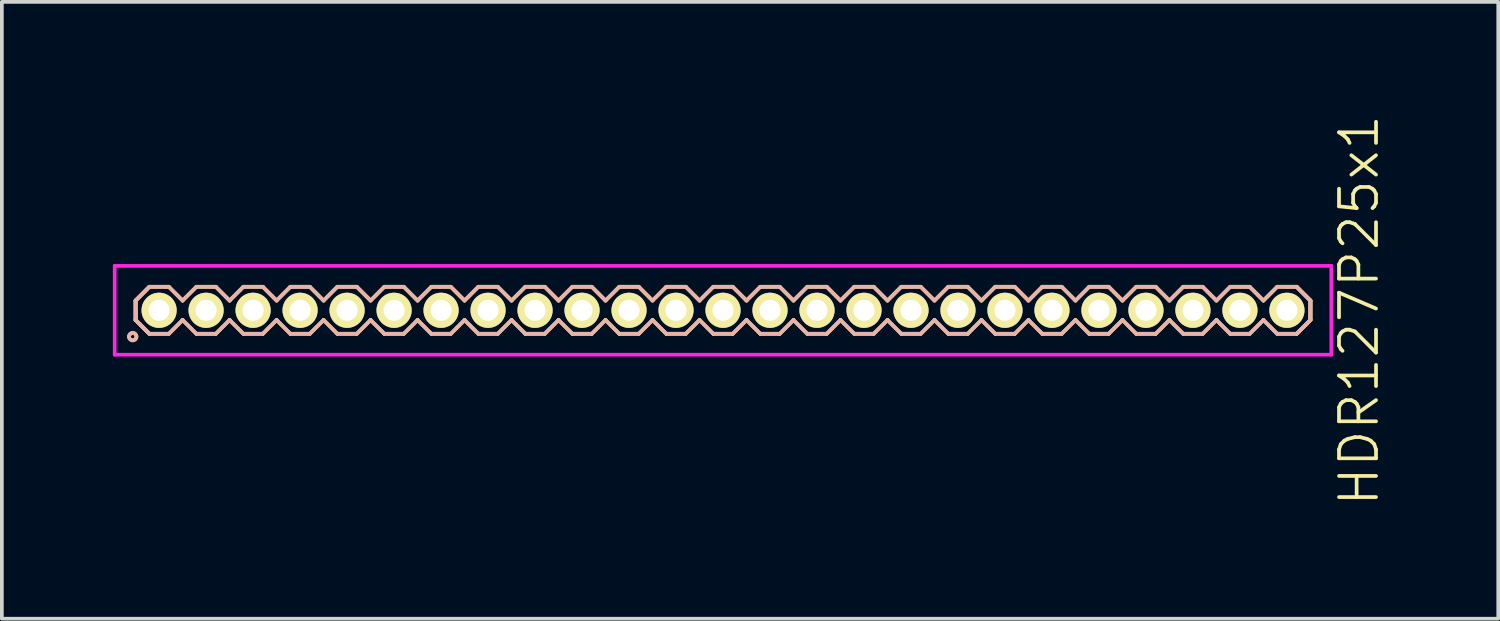
<source format=kicad_pcb>
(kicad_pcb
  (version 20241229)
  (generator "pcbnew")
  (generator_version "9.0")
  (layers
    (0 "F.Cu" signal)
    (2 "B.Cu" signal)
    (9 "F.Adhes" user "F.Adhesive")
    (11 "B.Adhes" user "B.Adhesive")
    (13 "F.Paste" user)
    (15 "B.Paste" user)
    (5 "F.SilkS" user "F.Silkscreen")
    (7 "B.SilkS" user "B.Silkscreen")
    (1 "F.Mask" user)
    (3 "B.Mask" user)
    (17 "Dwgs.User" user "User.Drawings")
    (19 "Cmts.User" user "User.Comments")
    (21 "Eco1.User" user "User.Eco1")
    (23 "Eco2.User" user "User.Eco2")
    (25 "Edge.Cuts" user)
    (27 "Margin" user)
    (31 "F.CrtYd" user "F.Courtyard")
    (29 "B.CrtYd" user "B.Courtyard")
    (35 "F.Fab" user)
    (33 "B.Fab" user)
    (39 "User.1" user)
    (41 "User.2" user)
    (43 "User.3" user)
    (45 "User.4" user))
  (footprint "HDR127P25x1"
    (layer "F.Cu")
    (at 16.49 5.336)
    (property "Reference" "HDR127P25x1" (at 17.19 0 90) (layer "F.SilkS") (effects (font (size 1 1) (thickness 0.1))))
    (attr through_hole)
    (fp_line (start -15.875 -0.263) (end -15.503 -0.635) (stroke (width 0.1) (type solid)) (layer "F.SilkS"))
    (fp_line (start -15.875 -0.263) (end -15.503 -0.635) (stroke (width 0.1) (type solid)) (layer "F.SilkS"))
    (fp_line (start -15.875 0.263) (end -15.875 -0.263) (stroke (width 0.1) (type solid)) (layer "F.SilkS"))
    (fp_line (start -15.875 0.263) (end -15.875 -0.263) (stroke (width 0.1) (type solid)) (layer "F.SilkS"))
    (fp_line (start -15.503 -0.635) (end -14.977 -0.635) (stroke (width 0.1) (type solid)) (layer "F.SilkS"))
    (fp_line (start -15.503 0.635) (end -15.875 0.263) (stroke (width 0.1) (type solid)) (layer "F.SilkS"))
    (fp_line (start -15.503 0.635) (end -15.875 0.263) (stroke (width 0.1) (type solid)) (layer "F.SilkS"))
    (fp_line (start -14.977 -0.635) (end -14.605 -0.263) (stroke (width 0.1) (type solid)) (layer "F.SilkS"))
    (fp_line (start -14.977 0.635) (end -15.503 0.635) (stroke (width 0.1) (type solid)) (layer "F.SilkS"))
    (fp_line (start -14.605 -0.263) (end -14.233 -0.635) (stroke (width 0.1) (type solid)) (layer "F.SilkS"))
    (fp_line (start -14.605 0.263) (end -14.977 0.635) (stroke (width 0.1) (type solid)) (layer "F.SilkS"))
    (fp_line (start -14.233 -0.635) (end -13.707 -0.635) (stroke (width 0.1) (type solid)) (layer "F.SilkS"))
    (fp_line (start -14.233 0.635) (end -14.605 0.263) (stroke (width 0.1) (type solid)) (layer "F.SilkS"))
    (fp_line (start -13.707 -0.635) (end -13.335 -0.263) (stroke (width 0.1) (type solid)) (layer "F.SilkS"))
    (fp_line (start -13.707 0.635) (end -14.233 0.635) (stroke (width 0.1) (type solid)) (layer "F.SilkS"))
    (fp_line (start -13.335 -0.263) (end -12.963 -0.635) (stroke (width 0.1) (type solid)) (layer "F.SilkS"))
    (fp_line (start -13.335 0.263) (end -13.707 0.635) (stroke (width 0.1) (type solid)) (layer "F.SilkS"))
    (fp_line (start -12.963 -0.635) (end -12.437 -0.635) (stroke (width 0.1) (type solid)) (layer "F.SilkS"))
    (fp_line (start -12.963 0.635) (end -13.335 0.263) (stroke (width 0.1) (type solid)) (layer "F.SilkS"))
    (fp_line (start -12.437 -0.635) (end -12.065 -0.263) (stroke (width 0.1) (type solid)) (layer "F.SilkS"))
    (fp_line (start -12.437 0.635) (end -12.963 0.635) (stroke (width 0.1) (type solid)) (layer "F.SilkS"))
    (fp_line (start -12.065 -0.263) (end -11.693 -0.635) (stroke (width 0.1) (type solid)) (layer "F.SilkS"))
    (fp_line (start -12.065 0.263) (end -12.437 0.635) (stroke (width 0.1) (type solid)) (layer "F.SilkS"))
    (fp_line (start -11.693 -0.635) (end -11.167 -0.635) (stroke (width 0.1) (type solid)) (layer "F.SilkS"))
    (fp_line (start -11.693 0.635) (end -12.065 0.263) (stroke (width 0.1) (type solid)) (layer "F.SilkS"))
    (fp_line (start -11.167 -0.635) (end -10.795 -0.263) (stroke (width 0.1) (type solid)) (layer "F.SilkS"))
    (fp_line (start -11.167 0.635) (end -11.693 0.635) (stroke (width 0.1) (type solid)) (layer "F.SilkS"))
    (fp_line (start -10.795 -0.263) (end -10.423 -0.635) (stroke (width 0.1) (type solid)) (layer "F.SilkS"))
    (fp_line (start -10.795 0.263) (end -11.167 0.635) (stroke (width 0.1) (type solid)) (layer "F.SilkS"))
    (fp_line (start -10.423 -0.635) (end -9.897 -0.635) (stroke (width 0.1) (type solid)) (layer "F.SilkS"))
    (fp_line (start -10.423 0.635) (end -10.795 0.263) (stroke (width 0.1) (type solid)) (layer "F.SilkS"))
    (fp_line (start -9.897 -0.635) (end -9.525 -0.263) (stroke (width 0.1) (type solid)) (layer "F.SilkS"))
    (fp_line (start -9.897 0.635) (end -10.423 0.635) (stroke (width 0.1) (type solid)) (layer "F.SilkS"))
    (fp_line (start -9.525 -0.263) (end -9.153 -0.635) (stroke (width 0.1) (type solid)) (layer "F.SilkS"))
    (fp_line (start -9.525 0.263) (end -9.897 0.635) (stroke (width 0.1) (type solid)) (layer "F.SilkS"))
    (fp_line (start -9.153 -0.635) (end -8.627 -0.635) (stroke (width 0.1) (type solid)) (layer "F.SilkS"))
    (fp_line (start -9.153 0.635) (end -9.525 0.263) (stroke (width 0.1) (type solid)) (layer "F.SilkS"))
    (fp_line (start -8.627 -0.635) (end -8.255 -0.263) (stroke (width 0.1) (type solid)) (layer "F.SilkS"))
    (fp_line (start -8.627 0.635) (end -9.153 0.635) (stroke (width 0.1) (type solid)) (layer "F.SilkS"))
    (fp_line (start -8.255 -0.263) (end -7.883 -0.635) (stroke (width 0.1) (type solid)) (layer "F.SilkS"))
    (fp_line (start -8.255 0.263) (end -8.627 0.635) (stroke (width 0.1) (type solid)) (layer "F.SilkS"))
    (fp_line (start -7.883 -0.635) (end -7.357 -0.635) (stroke (width 0.1) (type solid)) (layer "F.SilkS"))
    (fp_line (start -7.883 0.635) (end -8.255 0.263) (stroke (width 0.1) (type solid)) (layer "F.SilkS"))
    (fp_line (start -7.357 -0.635) (end -6.985 -0.263) (stroke (width 0.1) (type solid)) (layer "F.SilkS"))
    (fp_line (start -7.357 0.635) (end -7.883 0.635) (stroke (width 0.1) (type solid)) (layer "F.SilkS"))
    (fp_line (start -6.985 -0.263) (end -6.613 -0.635) (stroke (width 0.1) (type solid)) (layer "F.SilkS"))
    (fp_line (start -6.985 0.263) (end -7.357 0.635) (stroke (width 0.1) (type solid)) (layer "F.SilkS"))
    (fp_line (start -6.613 -0.635) (end -6.087 -0.635) (stroke (width 0.1) (type solid)) (layer "F.SilkS"))
    (fp_line (start -6.613 0.635) (end -6.985 0.263) (stroke (width 0.1) (type solid)) (layer "F.SilkS"))
    (fp_line (start -6.087 -0.635) (end -5.715 -0.263) (stroke (width 0.1) (type solid)) (layer "F.SilkS"))
    (fp_line (start -6.087 0.635) (end -6.613 0.635) (stroke (width 0.1) (type solid)) (layer "F.SilkS"))
    (fp_line (start -5.715 -0.263) (end -5.343 -0.635) (stroke (width 0.1) (type solid)) (layer "F.SilkS"))
    (fp_line (start -5.715 0.263) (end -6.087 0.635) (stroke (width 0.1) (type solid)) (layer "F.SilkS"))
    (fp_line (start -5.343 -0.635) (end -4.817 -0.635) (stroke (width 0.1) (type solid)) (layer "F.SilkS"))
    (fp_line (start -5.343 0.635) (end -5.715 0.263) (stroke (width 0.1) (type solid)) (layer "F.SilkS"))
    (fp_line (start -4.817 -0.635) (end -4.445 -0.263) (stroke (width 0.1) (type solid)) (layer "F.SilkS"))
    (fp_line (start -4.817 0.635) (end -5.343 0.635) (stroke (width 0.1) (type solid)) (layer "F.SilkS"))
    (fp_line (start -4.445 -0.263) (end -4.073 -0.635) (stroke (width 0.1) (type solid)) (layer "F.SilkS"))
    (fp_line (start -4.445 0.263) (end -4.817 0.635) (stroke (width 0.1) (type solid)) (layer "F.SilkS"))
    (fp_line (start -4.073 -0.635) (end -3.547 -0.635) (stroke (width 0.1) (type solid)) (layer "F.SilkS"))
    (fp_line (start -4.073 0.635) (end -4.445 0.263) (stroke (width 0.1) (type solid)) (layer "F.SilkS"))
    (fp_line (start -3.547 -0.635) (end -3.175 -0.263) (stroke (width 0.1) (type solid)) (layer "F.SilkS"))
    (fp_line (start -3.547 0.635) (end -4.073 0.635) (stroke (width 0.1) (type solid)) (layer "F.SilkS"))
    (fp_line (start -3.175 -0.263) (end -2.803 -0.635) (stroke (width 0.1) (type solid)) (layer "F.SilkS"))
    (fp_line (start -3.175 0.263) (end -3.547 0.635) (stroke (width 0.1) (type solid)) (layer "F.SilkS"))
    (fp_line (start -2.803 -0.635) (end -2.277 -0.635) (stroke (width 0.1) (type solid)) (layer "F.SilkS"))
    (fp_line (start -2.803 0.635) (end -3.175 0.263) (stroke (width 0.1) (type solid)) (layer "F.SilkS"))
    (fp_line (start -2.277 -0.635) (end -1.905 -0.263) (stroke (width 0.1) (type solid)) (layer "F.SilkS"))
    (fp_line (start -2.277 0.635) (end -2.803 0.635) (stroke (width 0.1) (type solid)) (layer "F.SilkS"))
    (fp_line (start -1.905 -0.263) (end -1.533 -0.635) (stroke (width 0.1) (type solid)) (layer "F.SilkS"))
    (fp_line (start -1.905 0.263) (end -2.277 0.635) (stroke (width 0.1) (type solid)) (layer "F.SilkS"))
    (fp_line (start -1.533 -0.635) (end -1.007 -0.635) (stroke (width 0.1) (type solid)) (layer "F.SilkS"))
    (fp_line (start -1.533 0.635) (end -1.905 0.263) (stroke (width 0.1) (type solid)) (layer "F.SilkS"))
    (fp_line (start -1.007 -0.635) (end -0.635 -0.263) (stroke (width 0.1) (type solid)) (layer "F.SilkS"))
    (fp_line (start -1.007 0.635) (end -1.533 0.635) (stroke (width 0.1) (type solid)) (layer "F.SilkS"))
    (fp_line (start -0.635 -0.263) (end -0.263 -0.635) (stroke (width 0.1) (type solid)) (layer "F.SilkS"))
    (fp_line (start -0.635 0.263) (end -1.007 0.635) (stroke (width 0.1) (type solid)) (layer "F.SilkS"))
    (fp_line (start -0.263 -0.635) (end 0.263 -0.635) (stroke (width 0.1) (type solid)) (layer "F.SilkS"))
    (fp_line (start -0.263 0.635) (end -0.635 0.263) (stroke (width 0.1) (type solid)) (layer "F.SilkS"))
    (fp_line (start 0.263 -0.635) (end 0.635 -0.263) (stroke (width 0.1) (type solid)) (layer "F.SilkS"))
    (fp_line (start 0.263 0.635) (end -0.263 0.635) (stroke (width 0.1) (type solid)) (layer "F.SilkS"))
    (fp_line (start 0.635 -0.263) (end 1.007 -0.635) (stroke (width 0.1) (type solid)) (layer "F.SilkS"))
    (fp_line (start 0.635 0.263) (end 0.263 0.635) (stroke (width 0.1) (type solid)) (layer "F.SilkS"))
    (fp_line (start 1.007 -0.635) (end 1.533 -0.635) (stroke (width 0.1) (type solid)) (layer "F.SilkS"))
    (fp_line (start 1.007 0.635) (end 0.635 0.263) (stroke (width 0.1) (type solid)) (layer "F.SilkS"))
    (fp_line (start 1.533 -0.635) (end 1.905 -0.263) (stroke (width 0.1) (type solid)) (layer "F.SilkS"))
    (fp_line (start 1.533 0.635) (end 1.007 0.635) (stroke (width 0.1) (type solid)) (layer "F.SilkS"))
    (fp_line (start 1.905 -0.263) (end 2.277 -0.635) (stroke (width 0.1) (type solid)) (layer "F.SilkS"))
    (fp_line (start 1.905 0.263) (end 1.533 0.635) (stroke (width 0.1) (type solid)) (layer "F.SilkS"))
    (fp_line (start 2.277 -0.635) (end 2.803 -0.635) (stroke (width 0.1) (type solid)) (layer "F.SilkS"))
    (fp_line (start 2.277 0.635) (end 1.905 0.263) (stroke (width 0.1) (type solid)) (layer "F.SilkS"))
    (fp_line (start 2.803 -0.635) (end 3.175 -0.263) (stroke (width 0.1) (type solid)) (layer "F.SilkS"))
    (fp_line (start 2.803 0.635) (end 2.277 0.635) (stroke (width 0.1) (type solid)) (layer "F.SilkS"))
    (fp_line (start 3.175 -0.263) (end 3.547 -0.635) (stroke (width 0.1) (type solid)) (layer "F.SilkS"))
    (fp_line (start 3.175 0.263) (end 2.803 0.635) (stroke (width 0.1) (type solid)) (layer "F.SilkS"))
    (fp_line (start 3.547 -0.635) (end 4.073 -0.635) (stroke (width 0.1) (type solid)) (layer "F.SilkS"))
    (fp_line (start 3.547 0.635) (end 3.175 0.263) (stroke (width 0.1) (type solid)) (layer "F.SilkS"))
    (fp_line (start 4.073 -0.635) (end 4.445 -0.263) (stroke (width 0.1) (type solid)) (layer "F.SilkS"))
    (fp_line (start 4.073 0.635) (end 3.547 0.635) (stroke (width 0.1) (type solid)) (layer "F.SilkS"))
    (fp_line (start 4.445 -0.263) (end 4.817 -0.635) (stroke (width 0.1) (type solid)) (layer "F.SilkS"))
    (fp_line (start 4.445 0.263) (end 4.073 0.635) (stroke (width 0.1) (type solid)) (layer "F.SilkS"))
    (fp_line (start 4.817 -0.635) (end 5.343 -0.635) (stroke (width 0.1) (type solid)) (layer "F.SilkS"))
    (fp_line (start 4.817 0.635) (end 4.445 0.263) (stroke (width 0.1) (type solid)) (layer "F.SilkS"))
    (fp_line (start 5.343 -0.635) (end 5.715 -0.263) (stroke (width 0.1) (type solid)) (layer "F.SilkS"))
    (fp_line (start 5.343 0.635) (end 4.817 0.635) (stroke (width 0.1) (type solid)) (layer "F.SilkS"))
    (fp_line (start 5.715 -0.263) (end 6.087 -0.635) (stroke (width 0.1) (type solid)) (layer "F.SilkS"))
    (fp_line (start 5.715 0.263) (end 5.343 0.635) (stroke (width 0.1) (type solid)) (layer "F.SilkS"))
    (fp_line (start 6.087 -0.635) (end 6.613 -0.635) (stroke (width 0.1) (type solid)) (layer "F.SilkS"))
    (fp_line (start 6.087 0.635) (end 5.715 0.263) (stroke (width 0.1) (type solid)) (layer "F.SilkS"))
    (fp_line (start 6.613 -0.635) (end 6.985 -0.263) (stroke (width 0.1) (type solid)) (layer "F.SilkS"))
    (fp_line (start 6.613 0.635) (end 6.087 0.635) (stroke (width 0.1) (type solid)) (layer "F.SilkS"))
    (fp_line (start 6.985 -0.263) (end 7.357 -0.635) (stroke (width 0.1) (type solid)) (layer "F.SilkS"))
    (fp_line (start 6.985 0.263) (end 6.613 0.635) (stroke (width 0.1) (type solid)) (layer "F.SilkS"))
    (fp_line (start 7.357 -0.635) (end 7.883 -0.635) (stroke (width 0.1) (type solid)) (layer "F.SilkS"))
    (fp_line (start 7.357 0.635) (end 6.985 0.263) (stroke (width 0.1) (type solid)) (layer "F.SilkS"))
    (fp_line (start 7.883 -0.635) (end 8.255 -0.263) (stroke (width 0.1) (type solid)) (layer "F.SilkS"))
    (fp_line (start 7.883 0.635) (end 7.357 0.635) (stroke (width 0.1) (type solid)) (layer "F.SilkS"))
    (fp_line (start 8.255 -0.263) (end 8.627 -0.635) (stroke (width 0.1) (type solid)) (layer "F.SilkS"))
    (fp_line (start 8.255 0.263) (end 7.883 0.635) (stroke (width 0.1) (type solid)) (layer "F.SilkS"))
    (fp_line (start 8.627 -0.635) (end 9.153 -0.635) (stroke (width 0.1) (type solid)) (layer "F.SilkS"))
    (fp_line (start 8.627 0.635) (end 8.255 0.263) (stroke (width 0.1) (type solid)) (layer "F.SilkS"))
    (fp_line (start 9.153 -0.635) (end 9.525 -0.263) (stroke (width 0.1) (type solid)) (layer "F.SilkS"))
    (fp_line (start 9.153 0.635) (end 8.627 0.635) (stroke (width 0.1) (type solid)) (layer "F.SilkS"))
    (fp_line (start 9.525 -0.263) (end 9.897 -0.635) (stroke (width 0.1) (type solid)) (layer "F.SilkS"))
    (fp_line (start 9.525 0.263) (end 9.153 0.635) (stroke (width 0.1) (type solid)) (layer "F.SilkS"))
    (fp_line (start 9.897 -0.635) (end 10.423 -0.635) (stroke (width 0.1) (type solid)) (layer "F.SilkS"))
    (fp_line (start 9.897 0.635) (end 9.525 0.263) (stroke (width 0.1) (type solid)) (layer "F.SilkS"))
    (fp_line (start 10.423 -0.635) (end 10.795 -0.263) (stroke (width 0.1) (type solid)) (layer "F.SilkS"))
    (fp_line (start 10.423 0.635) (end 9.897 0.635) (stroke (width 0.1) (type solid)) (layer "F.SilkS"))
    (fp_line (start 10.795 -0.263) (end 11.167 -0.635) (stroke (width 0.1) (type solid)) (layer "F.SilkS"))
    (fp_line (start 10.795 0.263) (end 10.423 0.635) (stroke (width 0.1) (type solid)) (layer "F.SilkS"))
    (fp_line (start 11.167 -0.635) (end 11.693 -0.635) (stroke (width 0.1) (type solid)) (layer "F.SilkS"))
    (fp_line (start 11.167 0.635) (end 10.795 0.263) (stroke (width 0.1) (type solid)) (layer "F.SilkS"))
    (fp_line (start 11.693 -0.635) (end 12.065 -0.263) (stroke (width 0.1) (type solid)) (layer "F.SilkS"))
    (fp_line (start 11.693 0.635) (end 11.167 0.635) (stroke (width 0.1) (type solid)) (layer "F.SilkS"))
    (fp_line (start 12.065 -0.263) (end 12.437 -0.635) (stroke (width 0.1) (type solid)) (layer "F.SilkS"))
    (fp_line (start 12.065 0.263) (end 11.693 0.635) (stroke (width 0.1) (type solid)) (layer "F.SilkS"))
    (fp_line (start 12.437 -0.635) (end 12.963 -0.635) (stroke (width 0.1) (type solid)) (layer "F.SilkS"))
    (fp_line (start 12.437 0.635) (end 12.065 0.263) (stroke (width 0.1) (type solid)) (layer "F.SilkS"))
    (fp_line (start 12.963 -0.635) (end 13.335 -0.263) (stroke (width 0.1) (type solid)) (layer "F.SilkS"))
    (fp_line (start 12.963 0.635) (end 12.437 0.635) (stroke (width 0.1) (type solid)) (layer "F.SilkS"))
    (fp_line (start 13.335 -0.263) (end 13.707 -0.635) (stroke (width 0.1) (type solid)) (layer "F.SilkS"))
    (fp_line (start 13.335 0.263) (end 12.963 0.635) (stroke (width 0.1) (type solid)) (layer "F.SilkS"))
    (fp_line (start 13.707 -0.635) (end 14.233 -0.635) (stroke (width 0.1) (type solid)) (layer "F.SilkS"))
    (fp_line (start 13.707 0.635) (end 13.335 0.263) (stroke (width 0.1) (type solid)) (layer "F.SilkS"))
    (fp_line (start 14.233 -0.635) (end 14.605 -0.263) (stroke (width 0.1) (type solid)) (layer "F.SilkS"))
    (fp_line (start 14.233 0.635) (end 13.707 0.635) (stroke (width 0.1) (type solid)) (layer "F.SilkS"))
    (fp_line (start 14.605 -0.263) (end 14.977 -0.635) (stroke (width 0.1) (type solid)) (layer "F.SilkS"))
    (fp_line (start 14.605 0.263) (end 14.233 0.635) (stroke (width 0.1) (type solid)) (layer "F.SilkS"))
    (fp_line (start 14.977 -0.635) (end 15.503 -0.635) (stroke (width 0.1) (type solid)) (layer "F.SilkS"))
    (fp_line (start 14.977 0.635) (end 14.605 0.263) (stroke (width 0.1) (type solid)) (layer "F.SilkS"))
    (fp_line (start 15.503 -0.635) (end 15.875 -0.263) (stroke (width 0.1) (type solid)) (layer "F.SilkS"))
    (fp_line (start 15.503 -0.635) (end 15.875 -0.263) (stroke (width 0.1) (type solid)) (layer "F.SilkS"))
    (fp_line (start 15.503 0.635) (end 14.977 0.635) (stroke (width 0.1) (type solid)) (layer "F.SilkS"))
    (fp_line (start 15.875 -0.263) (end 15.875 0.263) (stroke (width 0.1) (type solid)) (layer "F.SilkS"))
    (fp_line (start 15.875 -0.263) (end 15.875 0.263) (stroke (width 0.1) (type solid)) (layer "F.SilkS"))
    (fp_line (start 15.875 0.263) (end 15.503 0.635) (stroke (width 0.1) (type solid)) (layer "F.SilkS"))
    (fp_line (start 15.875 0.263) (end 15.503 0.635) (stroke (width 0.1) (type solid)) (layer "F.SilkS"))
    (fp_circle (center -15.953 0.712) (end -15.853 0.712) (stroke (width 0.1) (type solid)) (fill no) (layer "F.SilkS"))
    (fp_line (start -15.875 -0.263) (end -15.503 -0.635) (stroke (width 0.1) (type solid)) (layer "B.SilkS"))
    (fp_line (start -15.875 -0.263) (end -15.503 -0.635) (stroke (width 0.1) (type solid)) (layer "B.SilkS"))
    (fp_line (start -15.875 0.263) (end -15.875 -0.263) (stroke (width 0.1) (type solid)) (layer "B.SilkS"))
    (fp_line (start -15.875 0.263) (end -15.875 -0.263) (stroke (width 0.1) (type solid)) (layer "B.SilkS"))
    (fp_line (start -15.503 -0.635) (end -14.977 -0.635) (stroke (width 0.1) (type solid)) (layer "B.SilkS"))
    (fp_line (start -15.503 0.635) (end -15.875 0.263) (stroke (width 0.1) (type solid)) (layer "B.SilkS"))
    (fp_line (start -15.503 0.635) (end -15.875 0.263) (stroke (width 0.1) (type solid)) (layer "B.SilkS"))
    (fp_line (start -14.977 -0.635) (end -14.605 -0.263) (stroke (width 0.1) (type solid)) (layer "B.SilkS"))
    (fp_line (start -14.977 0.635) (end -15.503 0.635) (stroke (width 0.1) (type solid)) (layer "B.SilkS"))
    (fp_line (start -14.605 -0.263) (end -14.233 -0.635) (stroke (width 0.1) (type solid)) (layer "B.SilkS"))
    (fp_line (start -14.605 0.263) (end -14.977 0.635) (stroke (width 0.1) (type solid)) (layer "B.SilkS"))
    (fp_line (start -14.233 -0.635) (end -13.707 -0.635) (stroke (width 0.1) (type solid)) (layer "B.SilkS"))
    (fp_line (start -14.233 0.635) (end -14.605 0.263) (stroke (width 0.1) (type solid)) (layer "B.SilkS"))
    (fp_line (start -13.707 -0.635) (end -13.335 -0.263) (stroke (width 0.1) (type solid)) (layer "B.SilkS"))
    (fp_line (start -13.707 0.635) (end -14.233 0.635) (stroke (width 0.1) (type solid)) (layer "B.SilkS"))
    (fp_line (start -13.335 -0.263) (end -12.963 -0.635) (stroke (width 0.1) (type solid)) (layer "B.SilkS"))
    (fp_line (start -13.335 0.263) (end -13.707 0.635) (stroke (width 0.1) (type solid)) (layer "B.SilkS"))
    (fp_line (start -12.963 -0.635) (end -12.437 -0.635) (stroke (width 0.1) (type solid)) (layer "B.SilkS"))
    (fp_line (start -12.963 0.635) (end -13.335 0.263) (stroke (width 0.1) (type solid)) (layer "B.SilkS"))
    (fp_line (start -12.437 -0.635) (end -12.065 -0.263) (stroke (width 0.1) (type solid)) (layer "B.SilkS"))
    (fp_line (start -12.437 0.635) (end -12.963 0.635) (stroke (width 0.1) (type solid)) (layer "B.SilkS"))
    (fp_line (start -12.065 -0.263) (end -11.693 -0.635) (stroke (width 0.1) (type solid)) (layer "B.SilkS"))
    (fp_line (start -12.065 0.263) (end -12.437 0.635) (stroke (width 0.1) (type solid)) (layer "B.SilkS"))
    (fp_line (start -11.693 -0.635) (end -11.167 -0.635) (stroke (width 0.1) (type solid)) (layer "B.SilkS"))
    (fp_line (start -11.693 0.635) (end -12.065 0.263) (stroke (width 0.1) (type solid)) (layer "B.SilkS"))
    (fp_line (start -11.167 -0.635) (end -10.795 -0.263) (stroke (width 0.1) (type solid)) (layer "B.SilkS"))
    (fp_line (start -11.167 0.635) (end -11.693 0.635) (stroke (width 0.1) (type solid)) (layer "B.SilkS"))
    (fp_line (start -10.795 -0.263) (end -10.423 -0.635) (stroke (width 0.1) (type solid)) (layer "B.SilkS"))
    (fp_line (start -10.795 0.263) (end -11.167 0.635) (stroke (width 0.1) (type solid)) (layer "B.SilkS"))
    (fp_line (start -10.423 -0.635) (end -9.897 -0.635) (stroke (width 0.1) (type solid)) (layer "B.SilkS"))
    (fp_line (start -10.423 0.635) (end -10.795 0.263) (stroke (width 0.1) (type solid)) (layer "B.SilkS"))
    (fp_line (start -9.897 -0.635) (end -9.525 -0.263) (stroke (width 0.1) (type solid)) (layer "B.SilkS"))
    (fp_line (start -9.897 0.635) (end -10.423 0.635) (stroke (width 0.1) (type solid)) (layer "B.SilkS"))
    (fp_line (start -9.525 -0.263) (end -9.153 -0.635) (stroke (width 0.1) (type solid)) (layer "B.SilkS"))
    (fp_line (start -9.525 0.263) (end -9.897 0.635) (stroke (width 0.1) (type solid)) (layer "B.SilkS"))
    (fp_line (start -9.153 -0.635) (end -8.627 -0.635) (stroke (width 0.1) (type solid)) (layer "B.SilkS"))
    (fp_line (start -9.153 0.635) (end -9.525 0.263) (stroke (width 0.1) (type solid)) (layer "B.SilkS"))
    (fp_line (start -8.627 -0.635) (end -8.255 -0.263) (stroke (width 0.1) (type solid)) (layer "B.SilkS"))
    (fp_line (start -8.627 0.635) (end -9.153 0.635) (stroke (width 0.1) (type solid)) (layer "B.SilkS"))
    (fp_line (start -8.255 -0.263) (end -7.883 -0.635) (stroke (width 0.1) (type solid)) (layer "B.SilkS"))
    (fp_line (start -8.255 0.263) (end -8.627 0.635) (stroke (width 0.1) (type solid)) (layer "B.SilkS"))
    (fp_line (start -7.883 -0.635) (end -7.357 -0.635) (stroke (width 0.1) (type solid)) (layer "B.SilkS"))
    (fp_line (start -7.883 0.635) (end -8.255 0.263) (stroke (width 0.1) (type solid)) (layer "B.SilkS"))
    (fp_line (start -7.357 -0.635) (end -6.985 -0.263) (stroke (width 0.1) (type solid)) (layer "B.SilkS"))
    (fp_line (start -7.357 0.635) (end -7.883 0.635) (stroke (width 0.1) (type solid)) (layer "B.SilkS"))
    (fp_line (start -6.985 -0.263) (end -6.613 -0.635) (stroke (width 0.1) (type solid)) (layer "B.SilkS"))
    (fp_line (start -6.985 0.263) (end -7.357 0.635) (stroke (width 0.1) (type solid)) (layer "B.SilkS"))
    (fp_line (start -6.613 -0.635) (end -6.087 -0.635) (stroke (width 0.1) (type solid)) (layer "B.SilkS"))
    (fp_line (start -6.613 0.635) (end -6.985 0.263) (stroke (width 0.1) (type solid)) (layer "B.SilkS"))
    (fp_line (start -6.087 -0.635) (end -5.715 -0.263) (stroke (width 0.1) (type solid)) (layer "B.SilkS"))
    (fp_line (start -6.087 0.635) (end -6.613 0.635) (stroke (width 0.1) (type solid)) (layer "B.SilkS"))
    (fp_line (start -5.715 -0.263) (end -5.343 -0.635) (stroke (width 0.1) (type solid)) (layer "B.SilkS"))
    (fp_line (start -5.715 0.263) (end -6.087 0.635) (stroke (width 0.1) (type solid)) (layer "B.SilkS"))
    (fp_line (start -5.343 -0.635) (end -4.817 -0.635) (stroke (width 0.1) (type solid)) (layer "B.SilkS"))
    (fp_line (start -5.343 0.635) (end -5.715 0.263) (stroke (width 0.1) (type solid)) (layer "B.SilkS"))
    (fp_line (start -4.817 -0.635) (end -4.445 -0.263) (stroke (width 0.1) (type solid)) (layer "B.SilkS"))
    (fp_line (start -4.817 0.635) (end -5.343 0.635) (stroke (width 0.1) (type solid)) (layer "B.SilkS"))
    (fp_line (start -4.445 -0.263) (end -4.073 -0.635) (stroke (width 0.1) (type solid)) (layer "B.SilkS"))
    (fp_line (start -4.445 0.263) (end -4.817 0.635) (stroke (width 0.1) (type solid)) (layer "B.SilkS"))
    (fp_line (start -4.073 -0.635) (end -3.547 -0.635) (stroke (width 0.1) (type solid)) (layer "B.SilkS"))
    (fp_line (start -4.073 0.635) (end -4.445 0.263) (stroke (width 0.1) (type solid)) (layer "B.SilkS"))
    (fp_line (start -3.547 -0.635) (end -3.175 -0.263) (stroke (width 0.1) (type solid)) (layer "B.SilkS"))
    (fp_line (start -3.547 0.635) (end -4.073 0.635) (stroke (width 0.1) (type solid)) (layer "B.SilkS"))
    (fp_line (start -3.175 -0.263) (end -2.803 -0.635) (stroke (width 0.1) (type solid)) (layer "B.SilkS"))
    (fp_line (start -3.175 0.263) (end -3.547 0.635) (stroke (width 0.1) (type solid)) (layer "B.SilkS"))
    (fp_line (start -2.803 -0.635) (end -2.277 -0.635) (stroke (width 0.1) (type solid)) (layer "B.SilkS"))
    (fp_line (start -2.803 0.635) (end -3.175 0.263) (stroke (width 0.1) (type solid)) (layer "B.SilkS"))
    (fp_line (start -2.277 -0.635) (end -1.905 -0.263) (stroke (width 0.1) (type solid)) (layer "B.SilkS"))
    (fp_line (start -2.277 0.635) (end -2.803 0.635) (stroke (width 0.1) (type solid)) (layer "B.SilkS"))
    (fp_line (start -1.905 -0.263) (end -1.533 -0.635) (stroke (width 0.1) (type solid)) (layer "B.SilkS"))
    (fp_line (start -1.905 0.263) (end -2.277 0.635) (stroke (width 0.1) (type solid)) (layer "B.SilkS"))
    (fp_line (start -1.533 -0.635) (end -1.007 -0.635) (stroke (width 0.1) (type solid)) (layer "B.SilkS"))
    (fp_line (start -1.533 0.635) (end -1.905 0.263) (stroke (width 0.1) (type solid)) (layer "B.SilkS"))
    (fp_line (start -1.007 -0.635) (end -0.635 -0.263) (stroke (width 0.1) (type solid)) (layer "B.SilkS"))
    (fp_line (start -1.007 0.635) (end -1.533 0.635) (stroke (width 0.1) (type solid)) (layer "B.SilkS"))
    (fp_line (start -0.635 -0.263) (end -0.263 -0.635) (stroke (width 0.1) (type solid)) (layer "B.SilkS"))
    (fp_line (start -0.635 0.263) (end -1.007 0.635) (stroke (width 0.1) (type solid)) (layer "B.SilkS"))
    (fp_line (start -0.263 -0.635) (end 0.263 -0.635) (stroke (width 0.1) (type solid)) (layer "B.SilkS"))
    (fp_line (start -0.263 0.635) (end -0.635 0.263) (stroke (width 0.1) (type solid)) (layer "B.SilkS"))
    (fp_line (start 0.263 -0.635) (end 0.635 -0.263) (stroke (width 0.1) (type solid)) (layer "B.SilkS"))
    (fp_line (start 0.263 0.635) (end -0.263 0.635) (stroke (width 0.1) (type solid)) (layer "B.SilkS"))
    (fp_line (start 0.635 -0.263) (end 1.007 -0.635) (stroke (width 0.1) (type solid)) (layer "B.SilkS"))
    (fp_line (start 0.635 0.263) (end 0.263 0.635) (stroke (width 0.1) (type solid)) (layer "B.SilkS"))
    (fp_line (start 1.007 -0.635) (end 1.533 -0.635) (stroke (width 0.1) (type solid)) (layer "B.SilkS"))
    (fp_line (start 1.007 0.635) (end 0.635 0.263) (stroke (width 0.1) (type solid)) (layer "B.SilkS"))
    (fp_line (start 1.533 -0.635) (end 1.905 -0.263) (stroke (width 0.1) (type solid)) (layer "B.SilkS"))
    (fp_line (start 1.533 0.635) (end 1.007 0.635) (stroke (width 0.1) (type solid)) (layer "B.SilkS"))
    (fp_line (start 1.905 -0.263) (end 2.277 -0.635) (stroke (width 0.1) (type solid)) (layer "B.SilkS"))
    (fp_line (start 1.905 0.263) (end 1.533 0.635) (stroke (width 0.1) (type solid)) (layer "B.SilkS"))
    (fp_line (start 2.277 -0.635) (end 2.803 -0.635) (stroke (width 0.1) (type solid)) (layer "B.SilkS"))
    (fp_line (start 2.277 0.635) (end 1.905 0.263) (stroke (width 0.1) (type solid)) (layer "B.SilkS"))
    (fp_line (start 2.803 -0.635) (end 3.175 -0.263) (stroke (width 0.1) (type solid)) (layer "B.SilkS"))
    (fp_line (start 2.803 0.635) (end 2.277 0.635) (stroke (width 0.1) (type solid)) (layer "B.SilkS"))
    (fp_line (start 3.175 -0.263) (end 3.547 -0.635) (stroke (width 0.1) (type solid)) (layer "B.SilkS"))
    (fp_line (start 3.175 0.263) (end 2.803 0.635) (stroke (width 0.1) (type solid)) (layer "B.SilkS"))
    (fp_line (start 3.547 -0.635) (end 4.073 -0.635) (stroke (width 0.1) (type solid)) (layer "B.SilkS"))
    (fp_line (start 3.547 0.635) (end 3.175 0.263) (stroke (width 0.1) (type solid)) (layer "B.SilkS"))
    (fp_line (start 4.073 -0.635) (end 4.445 -0.263) (stroke (width 0.1) (type solid)) (layer "B.SilkS"))
    (fp_line (start 4.073 0.635) (end 3.547 0.635) (stroke (width 0.1) (type solid)) (layer "B.SilkS"))
    (fp_line (start 4.445 -0.263) (end 4.817 -0.635) (stroke (width 0.1) (type solid)) (layer "B.SilkS"))
    (fp_line (start 4.445 0.263) (end 4.073 0.635) (stroke (width 0.1) (type solid)) (layer "B.SilkS"))
    (fp_line (start 4.817 -0.635) (end 5.343 -0.635) (stroke (width 0.1) (type solid)) (layer "B.SilkS"))
    (fp_line (start 4.817 0.635) (end 4.445 0.263) (stroke (width 0.1) (type solid)) (layer "B.SilkS"))
    (fp_line (start 5.343 -0.635) (end 5.715 -0.263) (stroke (width 0.1) (type solid)) (layer "B.SilkS"))
    (fp_line (start 5.343 0.635) (end 4.817 0.635) (stroke (width 0.1) (type solid)) (layer "B.SilkS"))
    (fp_line (start 5.715 -0.263) (end 6.087 -0.635) (stroke (width 0.1) (type solid)) (layer "B.SilkS"))
    (fp_line (start 5.715 0.263) (end 5.343 0.635) (stroke (width 0.1) (type solid)) (layer "B.SilkS"))
    (fp_line (start 6.087 -0.635) (end 6.613 -0.635) (stroke (width 0.1) (type solid)) (layer "B.SilkS"))
    (fp_line (start 6.087 0.635) (end 5.715 0.263) (stroke (width 0.1) (type solid)) (layer "B.SilkS"))
    (fp_line (start 6.613 -0.635) (end 6.985 -0.263) (stroke (width 0.1) (type solid)) (layer "B.SilkS"))
    (fp_line (start 6.613 0.635) (end 6.087 0.635) (stroke (width 0.1) (type solid)) (layer "B.SilkS"))
    (fp_line (start 6.985 -0.263) (end 7.357 -0.635) (stroke (width 0.1) (type solid)) (layer "B.SilkS"))
    (fp_line (start 6.985 0.263) (end 6.613 0.635) (stroke (width 0.1) (type solid)) (layer "B.SilkS"))
    (fp_line (start 7.357 -0.635) (end 7.883 -0.635) (stroke (width 0.1) (type solid)) (layer "B.SilkS"))
    (fp_line (start 7.357 0.635) (end 6.985 0.263) (stroke (width 0.1) (type solid)) (layer "B.SilkS"))
    (fp_line (start 7.883 -0.635) (end 8.255 -0.263) (stroke (width 0.1) (type solid)) (layer "B.SilkS"))
    (fp_line (start 7.883 0.635) (end 7.357 0.635) (stroke (width 0.1) (type solid)) (layer "B.SilkS"))
    (fp_line (start 8.255 -0.263) (end 8.627 -0.635) (stroke (width 0.1) (type solid)) (layer "B.SilkS"))
    (fp_line (start 8.255 0.263) (end 7.883 0.635) (stroke (width 0.1) (type solid)) (layer "B.SilkS"))
    (fp_line (start 8.627 -0.635) (end 9.153 -0.635) (stroke (width 0.1) (type solid)) (layer "B.SilkS"))
    (fp_line (start 8.627 0.635) (end 8.255 0.263) (stroke (width 0.1) (type solid)) (layer "B.SilkS"))
    (fp_line (start 9.153 -0.635) (end 9.525 -0.263) (stroke (width 0.1) (type solid)) (layer "B.SilkS"))
    (fp_line (start 9.153 0.635) (end 8.627 0.635) (stroke (width 0.1) (type solid)) (layer "B.SilkS"))
    (fp_line (start 9.525 -0.263) (end 9.897 -0.635) (stroke (width 0.1) (type solid)) (layer "B.SilkS"))
    (fp_line (start 9.525 0.263) (end 9.153 0.635) (stroke (width 0.1) (type solid)) (layer "B.SilkS"))
    (fp_line (start 9.897 -0.635) (end 10.423 -0.635) (stroke (width 0.1) (type solid)) (layer "B.SilkS"))
    (fp_line (start 9.897 0.635) (end 9.525 0.263) (stroke (width 0.1) (type solid)) (layer "B.SilkS"))
    (fp_line (start 10.423 -0.635) (end 10.795 -0.263) (stroke (width 0.1) (type solid)) (layer "B.SilkS"))
    (fp_line (start 10.423 0.635) (end 9.897 0.635) (stroke (width 0.1) (type solid)) (layer "B.SilkS"))
    (fp_line (start 10.795 -0.263) (end 11.167 -0.635) (stroke (width 0.1) (type solid)) (layer "B.SilkS"))
    (fp_line (start 10.795 0.263) (end 10.423 0.635) (stroke (width 0.1) (type solid)) (layer "B.SilkS"))
    (fp_line (start 11.167 -0.635) (end 11.693 -0.635) (stroke (width 0.1) (type solid)) (layer "B.SilkS"))
    (fp_line (start 11.167 0.635) (end 10.795 0.263) (stroke (width 0.1) (type solid)) (layer "B.SilkS"))
    (fp_line (start 11.693 -0.635) (end 12.065 -0.263) (stroke (width 0.1) (type solid)) (layer "B.SilkS"))
    (fp_line (start 11.693 0.635) (end 11.167 0.635) (stroke (width 0.1) (type solid)) (layer "B.SilkS"))
    (fp_line (start 12.065 -0.263) (end 12.437 -0.635) (stroke (width 0.1) (type solid)) (layer "B.SilkS"))
    (fp_line (start 12.065 0.263) (end 11.693 0.635) (stroke (width 0.1) (type solid)) (layer "B.SilkS"))
    (fp_line (start 12.437 -0.635) (end 12.963 -0.635) (stroke (width 0.1) (type solid)) (layer "B.SilkS"))
    (fp_line (start 12.437 0.635) (end 12.065 0.263) (stroke (width 0.1) (type solid)) (layer "B.SilkS"))
    (fp_line (start 12.963 -0.635) (end 13.335 -0.263) (stroke (width 0.1) (type solid)) (layer "B.SilkS"))
    (fp_line (start 12.963 0.635) (end 12.437 0.635) (stroke (width 0.1) (type solid)) (layer "B.SilkS"))
    (fp_line (start 13.335 -0.263) (end 13.707 -0.635) (stroke (width 0.1) (type solid)) (layer "B.SilkS"))
    (fp_line (start 13.335 0.263) (end 12.963 0.635) (stroke (width 0.1) (type solid)) (layer "B.SilkS"))
    (fp_line (start 13.707 -0.635) (end 14.233 -0.635) (stroke (width 0.1) (type solid)) (layer "B.SilkS"))
    (fp_line (start 13.707 0.635) (end 13.335 0.263) (stroke (width 0.1) (type solid)) (layer "B.SilkS"))
    (fp_line (start 14.233 -0.635) (end 14.605 -0.263) (stroke (width 0.1) (type solid)) (layer "B.SilkS"))
    (fp_line (start 14.233 0.635) (end 13.707 0.635) (stroke (width 0.1) (type solid)) (layer "B.SilkS"))
    (fp_line (start 14.605 -0.263) (end 14.977 -0.635) (stroke (width 0.1) (type solid)) (layer "B.SilkS"))
    (fp_line (start 14.605 0.263) (end 14.233 0.635) (stroke (width 0.1) (type solid)) (layer "B.SilkS"))
    (fp_line (start 14.977 -0.635) (end 15.503 -0.635) (stroke (width 0.1) (type solid)) (layer "B.SilkS"))
    (fp_line (start 14.977 0.635) (end 14.605 0.263) (stroke (width 0.1) (type solid)) (layer "B.SilkS"))
    (fp_line (start 15.503 -0.635) (end 15.875 -0.263) (stroke (width 0.1) (type solid)) (layer "B.SilkS"))
    (fp_line (start 15.503 -0.635) (end 15.875 -0.263) (stroke (width 0.1) (type solid)) (layer "B.SilkS"))
    (fp_line (start 15.503 0.635) (end 14.977 0.635) (stroke (width 0.1) (type solid)) (layer "B.SilkS"))
    (fp_line (start 15.875 -0.263) (end 15.875 0.263) (stroke (width 0.1) (type solid)) (layer "B.SilkS"))
    (fp_line (start 15.875 -0.263) (end 15.875 0.263) (stroke (width 0.1) (type solid)) (layer "B.SilkS"))
    (fp_line (start 15.875 0.263) (end 15.503 0.635) (stroke (width 0.1) (type solid)) (layer "B.SilkS"))
    (fp_line (start 15.875 0.263) (end 15.503 0.635) (stroke (width 0.1) (type solid)) (layer "B.SilkS"))
    (fp_circle (center -15.953 0.712) (end -15.853 0.712) (stroke (width 0.1) (type solid)) (fill no) (layer "B.SilkS"))
    (fp_line (start -16.44 -1.2) (end -16.44 1.2) (stroke (width 0.1) (type solid)) (layer "F.CrtYd"))
    (fp_line (start -16.44 1.2) (end 16.44 1.2) (stroke (width 0.1) (type solid)) (layer "F.CrtYd"))
    (fp_line (start 16.44 -1.2) (end -16.44 -1.2) (stroke (width 0.1) (type solid)) (layer "F.CrtYd"))
    (fp_line (start 16.44 1.2) (end 16.44 -1.2) (stroke (width 0.1) (type solid)) (layer "F.CrtYd"))
    (pad "1" thru_hole oval (at -15.24 0) (size 0.95 0.95) (drill 0.57) (layers "*.Cu" "*.Mask" "F.SilkS"))
    (pad "2" thru_hole oval (at -13.97 0) (size 0.95 0.95) (drill 0.57) (layers "*.Cu" "*.Mask" "F.SilkS"))
    (pad "3" thru_hole oval (at -12.7 0) (size 0.95 0.95) (drill 0.57) (layers "*.Cu" "*.Mask" "F.SilkS"))
    (pad "4" thru_hole oval (at -11.43 0) (size 0.95 0.95) (drill 0.57) (layers "*.Cu" "*.Mask" "F.SilkS"))
    (pad "5" thru_hole oval (at -10.16 0) (size 0.95 0.95) (drill 0.57) (layers "*.Cu" "*.Mask" "F.SilkS"))
    (pad "6" thru_hole oval (at -8.89 0) (size 0.95 0.95) (drill 0.57) (layers "*.Cu" "*.Mask" "F.SilkS"))
    (pad "7" thru_hole oval (at -7.62 0) (size 0.95 0.95) (drill 0.57) (layers "*.Cu" "*.Mask" "F.SilkS"))
    (pad "8" thru_hole oval (at -6.35 0) (size 0.95 0.95) (drill 0.57) (layers "*.Cu" "*.Mask" "F.SilkS"))
    (pad "9" thru_hole oval (at -5.08 0) (size 0.95 0.95) (drill 0.57) (layers "*.Cu" "*.Mask" "F.SilkS"))
    (pad "10" thru_hole oval (at -3.81 0) (size 0.95 0.95) (drill 0.57) (layers "*.Cu" "*.Mask" "F.SilkS"))
    (pad "11" thru_hole oval (at -2.54 0) (size 0.95 0.95) (drill 0.57) (layers "*.Cu" "*.Mask" "F.SilkS"))
    (pad "12" thru_hole oval (at -1.27 0) (size 0.95 0.95) (drill 0.57) (layers "*.Cu" "*.Mask" "F.SilkS"))
    (pad "13" thru_hole oval (at 0 0) (size 0.95 0.95) (drill 0.57) (layers "*.Cu" "*.Mask" "F.SilkS"))
    (pad "14" thru_hole oval (at 1.27 0) (size 0.95 0.95) (drill 0.57) (layers "*.Cu" "*.Mask" "F.SilkS"))
    (pad "15" thru_hole oval (at 2.54 0) (size 0.95 0.95) (drill 0.57) (layers "*.Cu" "*.Mask" "F.SilkS"))
    (pad "16" thru_hole oval (at 3.81 0) (size 0.95 0.95) (drill 0.57) (layers "*.Cu" "*.Mask" "F.SilkS"))
    (pad "17" thru_hole oval (at 5.08 0) (size 0.95 0.95) (drill 0.57) (layers "*.Cu" "*.Mask" "F.SilkS"))
    (pad "18" thru_hole oval (at 6.35 0) (size 0.95 0.95) (drill 0.57) (layers "*.Cu" "*.Mask" "F.SilkS"))
    (pad "19" thru_hole oval (at 7.62 0) (size 0.95 0.95) (drill 0.57) (layers "*.Cu" "*.Mask" "F.SilkS"))
    (pad "20" thru_hole oval (at 8.89 0) (size 0.95 0.95) (drill 0.57) (layers "*.Cu" "*.Mask" "F.SilkS"))
    (pad "21" thru_hole oval (at 10.16 0) (size 0.95 0.95) (drill 0.57) (layers "*.Cu" "*.Mask" "F.SilkS"))
    (pad "22" thru_hole oval (at 11.43 0) (size 0.95 0.95) (drill 0.57) (layers "*.Cu" "*.Mask" "F.SilkS"))
    (pad "23" thru_hole oval (at 12.7 0) (size 0.95 0.95) (drill 0.57) (layers "*.Cu" "*.Mask" "F.SilkS"))
    (pad "24" thru_hole oval (at 13.97 0) (size 0.95 0.95) (drill 0.57) (layers "*.Cu" "*.Mask" "F.SilkS"))
    (pad "25" thru_hole oval (at 15.24 0) (size 0.95 0.95) (drill 0.57) (layers "*.Cu" "*.Mask" "F.SilkS")))
  (gr_rect
    (start -3 -3)
    (end 37.441 13.671)
    (stroke (width 0.1) (type default))
    (fill no)
    (layer "Edge.Cuts")))
</source>
